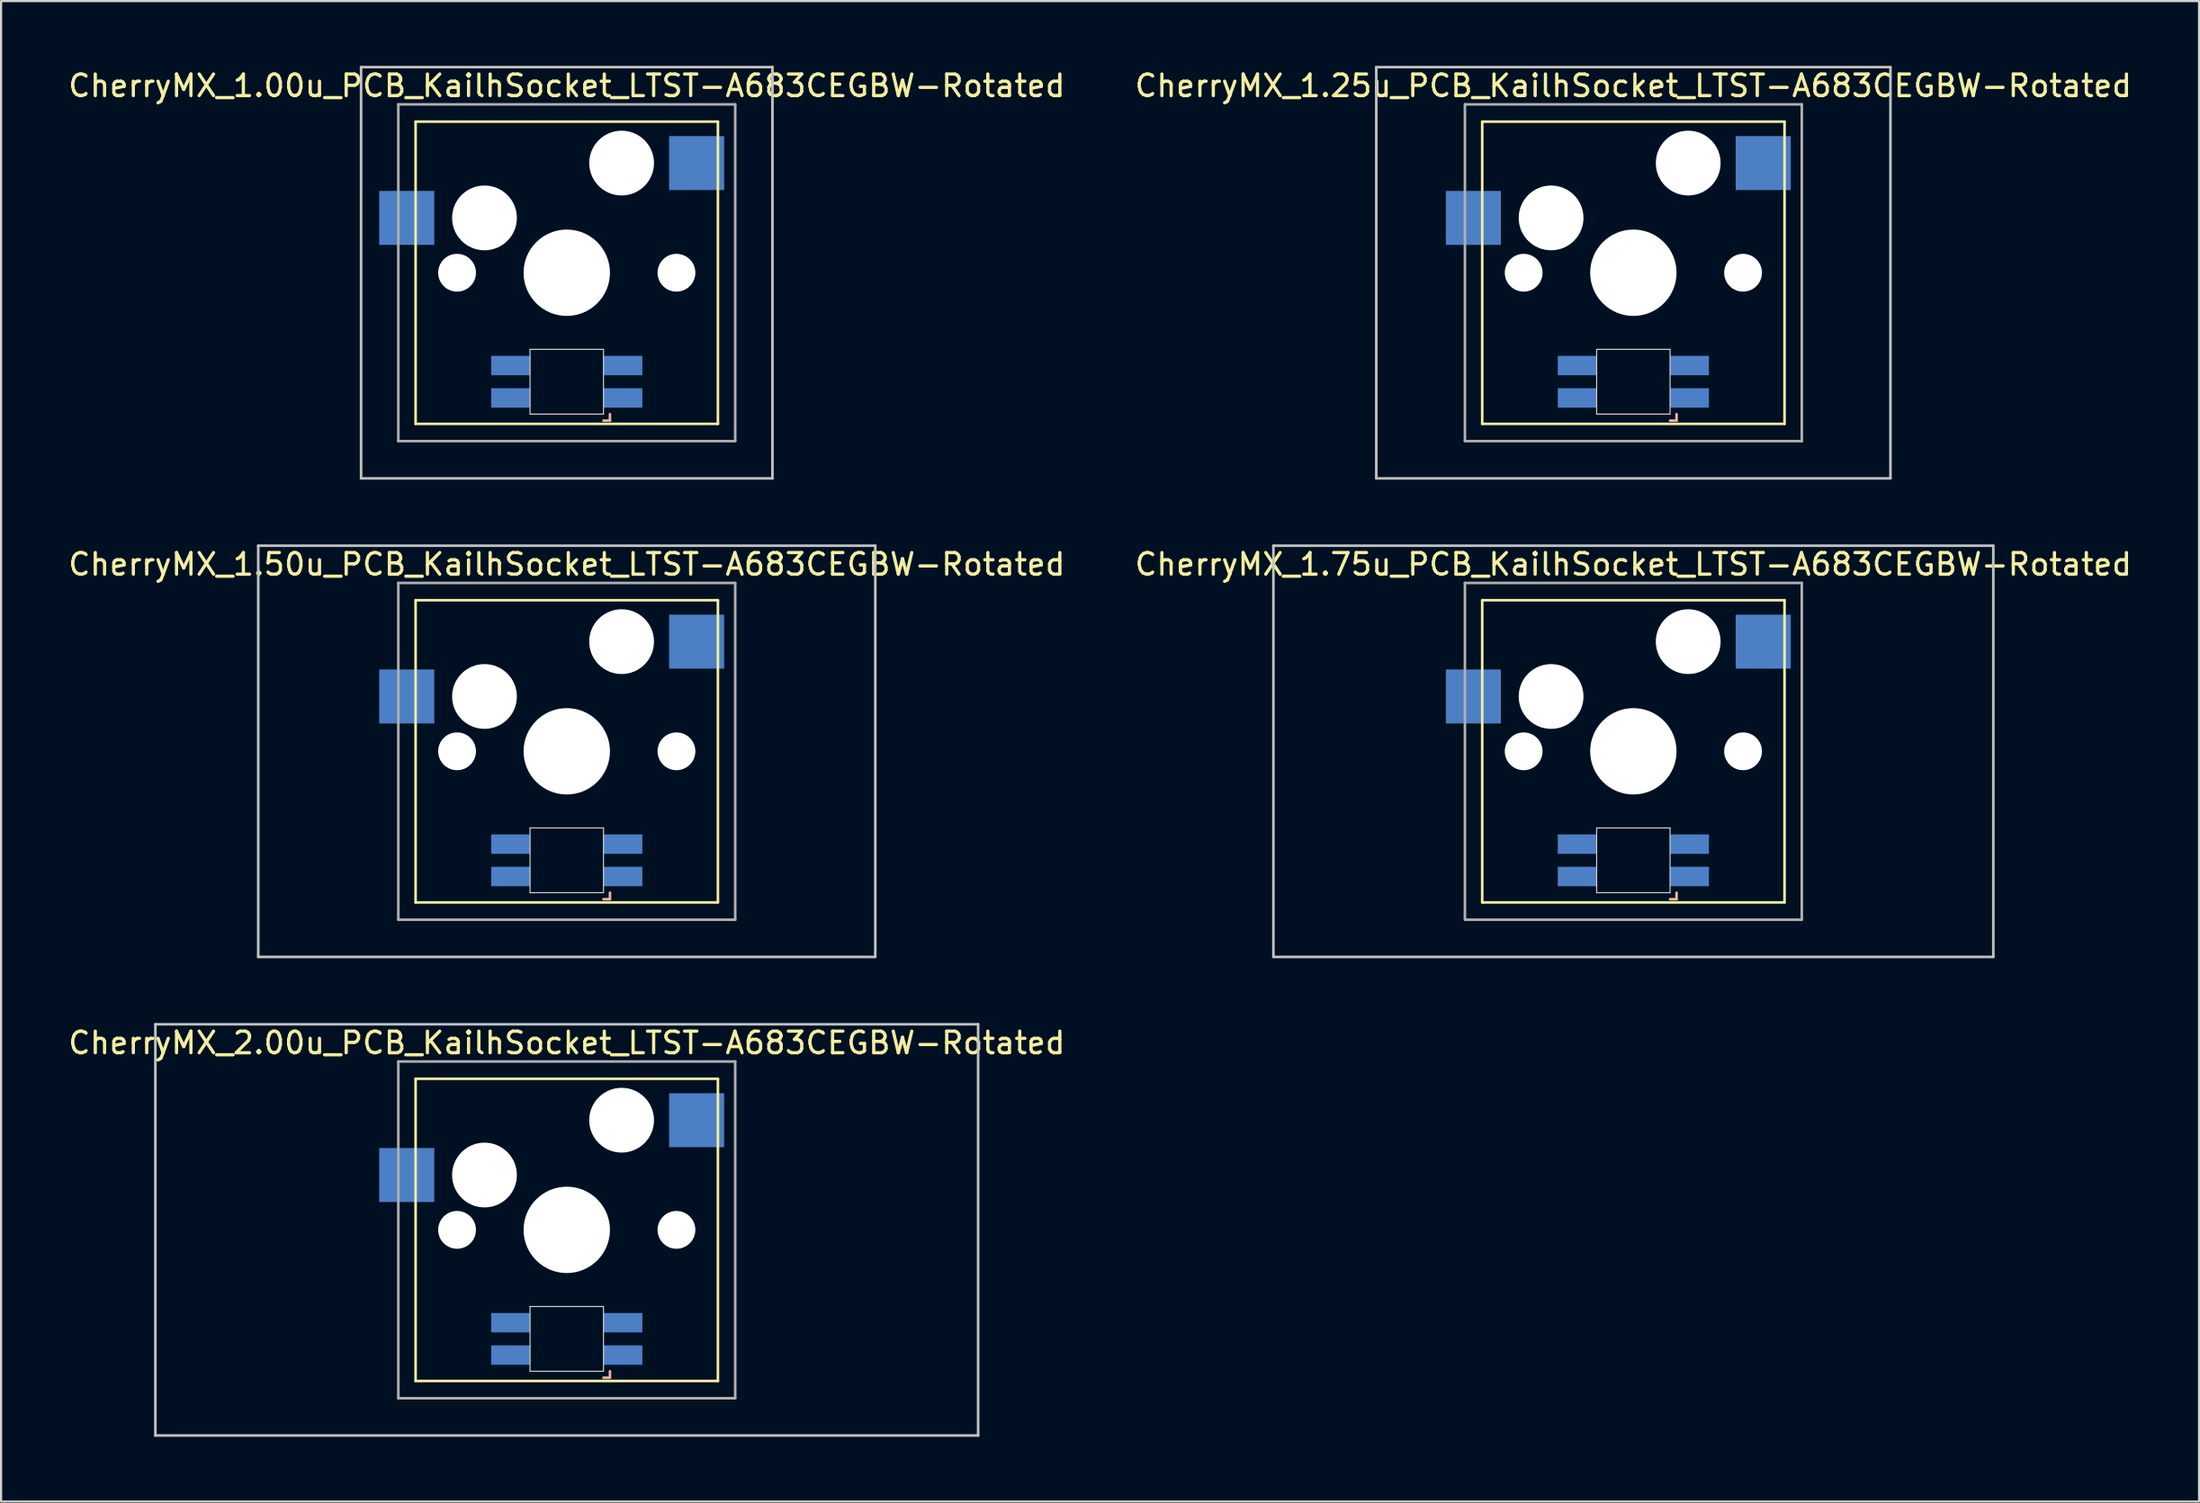
<source format=kicad_pcb>
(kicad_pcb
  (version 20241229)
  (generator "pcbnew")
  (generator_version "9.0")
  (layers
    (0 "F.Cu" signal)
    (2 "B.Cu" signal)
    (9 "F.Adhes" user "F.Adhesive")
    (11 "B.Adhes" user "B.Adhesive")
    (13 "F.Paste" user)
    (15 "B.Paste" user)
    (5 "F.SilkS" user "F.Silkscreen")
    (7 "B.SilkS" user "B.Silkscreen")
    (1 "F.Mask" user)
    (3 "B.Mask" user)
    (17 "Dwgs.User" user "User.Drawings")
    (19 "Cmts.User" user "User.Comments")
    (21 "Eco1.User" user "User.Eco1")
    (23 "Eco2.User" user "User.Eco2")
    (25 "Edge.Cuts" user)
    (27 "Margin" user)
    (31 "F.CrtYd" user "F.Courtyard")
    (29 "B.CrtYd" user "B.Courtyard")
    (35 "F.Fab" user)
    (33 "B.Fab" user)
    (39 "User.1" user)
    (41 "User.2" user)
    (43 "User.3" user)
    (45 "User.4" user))
  (footprint "CherryMX_1.25u_PCB_KailhSocket_LTST-A683CEGBW-Rotated"
    (layer "F.Cu")
    (at 72.589 9.585)
    (property "Reference" "CherryMX_1.25u_PCB_KailhSocket_LTST-A683CEGBW-Rotated" (at 0 -8.662 0) (layer "F.SilkS") (effects (font (size 1 1) (thickness 0.15))))
    (attr through_hole)
    (fp_line (start -7 -7) (end -7 7) (stroke (width 0.12) (type solid)) (layer "F.SilkS"))
    (fp_line (start -7 -7) (end 7 -7) (stroke (width 0.12) (type solid)) (layer "F.SilkS"))
    (fp_line (start 7 -7) (end 7 7) (stroke (width 0.12) (type solid)) (layer "F.SilkS"))
    (fp_line (start 7 7) (end -7 7) (stroke (width 0.12) (type solid)) (layer "F.SilkS"))
    (fp_line (start 1.7 6.85) (end 2 6.85) (stroke (width 0.12) (type solid)) (layer "B.SilkS"))
    (fp_line (start 2 6.85) (end 2 6.55) (stroke (width 0.12) (type solid)) (layer "B.SilkS"))
    (fp_line (start -11.906 -9.525) (end 11.906 -9.525) (stroke (width 0.12) (type solid)) (layer "Dwgs.User"))
    (fp_line (start -11.906 9.525) (end -11.906 -9.525) (stroke (width 0.12) (type solid)) (layer "Dwgs.User"))
    (fp_line (start 11.906 -9.525) (end 11.906 9.525) (stroke (width 0.12) (type solid)) (layer "Dwgs.User"))
    (fp_line (start 11.906 9.525) (end -11.906 9.525) (stroke (width 0.12) (type solid)) (layer "Dwgs.User"))
    (fp_line (start -1.7 3.55) (end 1.7 3.55) (stroke (width 0.05) (type solid)) (layer "Edge.Cuts"))
    (fp_line (start -1.7 6.55) (end -1.7 3.55) (stroke (width 0.05) (type solid)) (layer "Edge.Cuts"))
    (fp_line (start 1.7 3.55) (end 1.7 6.55) (stroke (width 0.05) (type solid)) (layer "Edge.Cuts"))
    (fp_line (start 1.7 6.55) (end -1.7 6.55) (stroke (width 0.05) (type solid)) (layer "Edge.Cuts"))
    (fp_line (start -7.8 -7.8) (end -7.8 7.8) (stroke (width 0.12) (type solid)) (layer "F.Fab"))
    (fp_line (start -7.8 -7.8) (end 7.8 -7.8) (stroke (width 0.12) (type solid)) (layer "F.Fab"))
    (fp_line (start -7.8 7.8) (end 7.8 7.8) (stroke (width 0.12) (type solid)) (layer "F.Fab"))
    (fp_line (start 7.8 -7.8) (end 7.8 7.8) (stroke (width 0.12) (type solid)) (layer "F.Fab"))
    (pad "" np_thru_hole circle (at -5.08 0) (size 1.75 1.75) (drill 1.75) (layers "*.Cu" "*.Mask"))
    (pad "" np_thru_hole circle (at -3.81 -2.54) (size 3 3) (drill 3) (layers "*.Cu" "*.Mask"))
    (pad "" np_thru_hole circle (at 0 0) (size 4 4) (drill 4) (layers "*.Cu" "*.Mask"))
    (pad "" np_thru_hole circle (at 2.54 -5.08) (size 3 3) (drill 3) (layers "*.Cu" "*.Mask"))
    (pad "" np_thru_hole circle (at 5.08 0) (size 1.75 1.75) (drill 1.75) (layers "*.Cu" "*.Mask"))
    (pad "1" smd rect (at -7.41 -2.54) (size 2.55 2.5) (layers "B.Cu" "B.Mask" "B.Paste"))
    (pad "2" smd rect (at 6.015 -5.08) (size 2.55 2.5) (layers "B.Cu" "B.Mask" "B.Paste"))
    (pad "3" smd rect (at 2.6 5.8) (size 1.8 0.9) (layers "B.Cu" "B.Mask" "B.Paste"))
    (pad "4" smd rect (at 2.6 4.3) (size 1.8 0.9) (layers "B.Cu" "B.Mask" "B.Paste"))
    (pad "5" smd rect (at -2.6 5.8) (size 1.8 0.9) (layers "B.Cu" "B.Mask" "B.Paste"))
    (pad "6" smd rect (at -2.6 4.3) (size 1.8 0.9) (layers "B.Cu" "B.Mask" "B.Paste")))
  (footprint "CherryMX_1.50u_PCB_KailhSocket_LTST-A683CEGBW-Rotated"
    (layer "F.Cu")
    (at 23.196 31.755)
    (property "Reference" "CherryMX_1.50u_PCB_KailhSocket_LTST-A683CEGBW-Rotated" (at 0 -8.662 0) (layer "F.SilkS") (effects (font (size 1 1) (thickness 0.15))))
    (attr through_hole)
    (fp_line (start -7 -7) (end -7 7) (stroke (width 0.12) (type solid)) (layer "F.SilkS"))
    (fp_line (start -7 -7) (end 7 -7) (stroke (width 0.12) (type solid)) (layer "F.SilkS"))
    (fp_line (start 7 -7) (end 7 7) (stroke (width 0.12) (type solid)) (layer "F.SilkS"))
    (fp_line (start 7 7) (end -7 7) (stroke (width 0.12) (type solid)) (layer "F.SilkS"))
    (fp_line (start 1.7 6.85) (end 2 6.85) (stroke (width 0.12) (type solid)) (layer "B.SilkS"))
    (fp_line (start 2 6.85) (end 2 6.55) (stroke (width 0.12) (type solid)) (layer "B.SilkS"))
    (fp_line (start -14.287 -9.525) (end 14.287 -9.525) (stroke (width 0.12) (type solid)) (layer "Dwgs.User"))
    (fp_line (start -14.287 9.525) (end -14.287 -9.525) (stroke (width 0.12) (type solid)) (layer "Dwgs.User"))
    (fp_line (start 14.287 -9.525) (end 14.287 9.525) (stroke (width 0.12) (type solid)) (layer "Dwgs.User"))
    (fp_line (start 14.287 9.525) (end -14.287 9.525) (stroke (width 0.12) (type solid)) (layer "Dwgs.User"))
    (fp_line (start -1.7 3.55) (end 1.7 3.55) (stroke (width 0.05) (type solid)) (layer "Edge.Cuts"))
    (fp_line (start -1.7 6.55) (end -1.7 3.55) (stroke (width 0.05) (type solid)) (layer "Edge.Cuts"))
    (fp_line (start 1.7 3.55) (end 1.7 6.55) (stroke (width 0.05) (type solid)) (layer "Edge.Cuts"))
    (fp_line (start 1.7 6.55) (end -1.7 6.55) (stroke (width 0.05) (type solid)) (layer "Edge.Cuts"))
    (fp_line (start -7.8 -7.8) (end -7.8 7.8) (stroke (width 0.12) (type solid)) (layer "F.Fab"))
    (fp_line (start -7.8 -7.8) (end 7.8 -7.8) (stroke (width 0.12) (type solid)) (layer "F.Fab"))
    (fp_line (start -7.8 7.8) (end 7.8 7.8) (stroke (width 0.12) (type solid)) (layer "F.Fab"))
    (fp_line (start 7.8 -7.8) (end 7.8 7.8) (stroke (width 0.12) (type solid)) (layer "F.Fab"))
    (pad "" np_thru_hole circle (at -5.08 0) (size 1.75 1.75) (drill 1.75) (layers "*.Cu" "*.Mask"))
    (pad "" np_thru_hole circle (at -3.81 -2.54) (size 3 3) (drill 3) (layers "*.Cu" "*.Mask"))
    (pad "" np_thru_hole circle (at 0 0) (size 4 4) (drill 4) (layers "*.Cu" "*.Mask"))
    (pad "" np_thru_hole circle (at 2.54 -5.08) (size 3 3) (drill 3) (layers "*.Cu" "*.Mask"))
    (pad "" np_thru_hole circle (at 5.08 0) (size 1.75 1.75) (drill 1.75) (layers "*.Cu" "*.Mask"))
    (pad "1" smd rect (at -7.41 -2.54) (size 2.55 2.5) (layers "B.Cu" "B.Mask" "B.Paste"))
    (pad "2" smd rect (at 6.015 -5.08) (size 2.55 2.5) (layers "B.Cu" "B.Mask" "B.Paste"))
    (pad "3" smd rect (at 2.6 5.8) (size 1.8 0.9) (layers "B.Cu" "B.Mask" "B.Paste"))
    (pad "4" smd rect (at 2.6 4.3) (size 1.8 0.9) (layers "B.Cu" "B.Mask" "B.Paste"))
    (pad "5" smd rect (at -2.6 5.8) (size 1.8 0.9) (layers "B.Cu" "B.Mask" "B.Paste"))
    (pad "6" smd rect (at -2.6 4.3) (size 1.8 0.9) (layers "B.Cu" "B.Mask" "B.Paste")))
  (footprint "CherryMX_2.00u_PCB_KailhSocket_LTST-A683CEGBW-Rotated"
    (layer "F.Cu")
    (at 23.196 53.925)
    (property "Reference" "CherryMX_2.00u_PCB_KailhSocket_LTST-A683CEGBW-Rotated" (at 0 -8.662 0) (layer "F.SilkS") (effects (font (size 1 1) (thickness 0.15))))
    (attr through_hole)
    (fp_line (start -7 -7) (end -7 7) (stroke (width 0.12) (type solid)) (layer "F.SilkS"))
    (fp_line (start -7 -7) (end 7 -7) (stroke (width 0.12) (type solid)) (layer "F.SilkS"))
    (fp_line (start 7 -7) (end 7 7) (stroke (width 0.12) (type solid)) (layer "F.SilkS"))
    (fp_line (start 7 7) (end -7 7) (stroke (width 0.12) (type solid)) (layer "F.SilkS"))
    (fp_line (start 1.7 6.85) (end 2 6.85) (stroke (width 0.12) (type solid)) (layer "B.SilkS"))
    (fp_line (start 2 6.85) (end 2 6.55) (stroke (width 0.12) (type solid)) (layer "B.SilkS"))
    (fp_line (start -19.05 -9.525) (end 19.05 -9.525) (stroke (width 0.12) (type solid)) (layer "Dwgs.User"))
    (fp_line (start -19.05 9.525) (end -19.05 -9.525) (stroke (width 0.12) (type solid)) (layer "Dwgs.User"))
    (fp_line (start 19.05 -9.525) (end 19.05 9.525) (stroke (width 0.12) (type solid)) (layer "Dwgs.User"))
    (fp_line (start 19.05 9.525) (end -19.05 9.525) (stroke (width 0.12) (type solid)) (layer "Dwgs.User"))
    (fp_line (start -1.7 3.55) (end 1.7 3.55) (stroke (width 0.05) (type solid)) (layer "Edge.Cuts"))
    (fp_line (start -1.7 6.55) (end -1.7 3.55) (stroke (width 0.05) (type solid)) (layer "Edge.Cuts"))
    (fp_line (start 1.7 3.55) (end 1.7 6.55) (stroke (width 0.05) (type solid)) (layer "Edge.Cuts"))
    (fp_line (start 1.7 6.55) (end -1.7 6.55) (stroke (width 0.05) (type solid)) (layer "Edge.Cuts"))
    (fp_line (start -7.8 -7.8) (end -7.8 7.8) (stroke (width 0.12) (type solid)) (layer "F.Fab"))
    (fp_line (start -7.8 -7.8) (end 7.8 -7.8) (stroke (width 0.12) (type solid)) (layer "F.Fab"))
    (fp_line (start -7.8 7.8) (end 7.8 7.8) (stroke (width 0.12) (type solid)) (layer "F.Fab"))
    (fp_line (start 7.8 -7.8) (end 7.8 7.8) (stroke (width 0.12) (type solid)) (layer "F.Fab"))
    (pad "" np_thru_hole circle (at -5.08 0) (size 1.75 1.75) (drill 1.75) (layers "*.Cu" "*.Mask"))
    (pad "" np_thru_hole circle (at -3.81 -2.54) (size 3 3) (drill 3) (layers "*.Cu" "*.Mask"))
    (pad "" np_thru_hole circle (at 0 0) (size 4 4) (drill 4) (layers "*.Cu" "*.Mask"))
    (pad "" np_thru_hole circle (at 2.54 -5.08) (size 3 3) (drill 3) (layers "*.Cu" "*.Mask"))
    (pad "" np_thru_hole circle (at 5.08 0) (size 1.75 1.75) (drill 1.75) (layers "*.Cu" "*.Mask"))
    (pad "1" smd rect (at -7.41 -2.54) (size 2.55 2.5) (layers "B.Cu" "B.Mask" "B.Paste"))
    (pad "2" smd rect (at 6.015 -5.08) (size 2.55 2.5) (layers "B.Cu" "B.Mask" "B.Paste"))
    (pad "3" smd rect (at 2.6 5.8) (size 1.8 0.9) (layers "B.Cu" "B.Mask" "B.Paste"))
    (pad "4" smd rect (at 2.6 4.3) (size 1.8 0.9) (layers "B.Cu" "B.Mask" "B.Paste"))
    (pad "5" smd rect (at -2.6 5.8) (size 1.8 0.9) (layers "B.Cu" "B.Mask" "B.Paste"))
    (pad "6" smd rect (at -2.6 4.3) (size 1.8 0.9) (layers "B.Cu" "B.Mask" "B.Paste")))
  (footprint "CherryMX_1.75u_PCB_KailhSocket_LTST-A683CEGBW-Rotated"
    (layer "F.Cu")
    (at 72.589 31.755)
    (property "Reference" "CherryMX_1.75u_PCB_KailhSocket_LTST-A683CEGBW-Rotated" (at 0 -8.662 0) (layer "F.SilkS") (effects (font (size 1 1) (thickness 0.15))))
    (attr through_hole)
    (fp_line (start -7 -7) (end -7 7) (stroke (width 0.12) (type solid)) (layer "F.SilkS"))
    (fp_line (start -7 -7) (end 7 -7) (stroke (width 0.12) (type solid)) (layer "F.SilkS"))
    (fp_line (start 7 -7) (end 7 7) (stroke (width 0.12) (type solid)) (layer "F.SilkS"))
    (fp_line (start 7 7) (end -7 7) (stroke (width 0.12) (type solid)) (layer "F.SilkS"))
    (fp_line (start 1.7 6.85) (end 2 6.85) (stroke (width 0.12) (type solid)) (layer "B.SilkS"))
    (fp_line (start 2 6.85) (end 2 6.55) (stroke (width 0.12) (type solid)) (layer "B.SilkS"))
    (fp_line (start -16.669 -9.525) (end 16.669 -9.525) (stroke (width 0.12) (type solid)) (layer "Dwgs.User"))
    (fp_line (start -16.669 9.525) (end -16.669 -9.525) (stroke (width 0.12) (type solid)) (layer "Dwgs.User"))
    (fp_line (start 16.669 -9.525) (end 16.669 9.525) (stroke (width 0.12) (type solid)) (layer "Dwgs.User"))
    (fp_line (start 16.669 9.525) (end -16.669 9.525) (stroke (width 0.12) (type solid)) (layer "Dwgs.User"))
    (fp_line (start -1.7 3.55) (end 1.7 3.55) (stroke (width 0.05) (type solid)) (layer "Edge.Cuts"))
    (fp_line (start -1.7 6.55) (end -1.7 3.55) (stroke (width 0.05) (type solid)) (layer "Edge.Cuts"))
    (fp_line (start 1.7 3.55) (end 1.7 6.55) (stroke (width 0.05) (type solid)) (layer "Edge.Cuts"))
    (fp_line (start 1.7 6.55) (end -1.7 6.55) (stroke (width 0.05) (type solid)) (layer "Edge.Cuts"))
    (fp_line (start -7.8 -7.8) (end -7.8 7.8) (stroke (width 0.12) (type solid)) (layer "F.Fab"))
    (fp_line (start -7.8 -7.8) (end 7.8 -7.8) (stroke (width 0.12) (type solid)) (layer "F.Fab"))
    (fp_line (start -7.8 7.8) (end 7.8 7.8) (stroke (width 0.12) (type solid)) (layer "F.Fab"))
    (fp_line (start 7.8 -7.8) (end 7.8 7.8) (stroke (width 0.12) (type solid)) (layer "F.Fab"))
    (pad "" np_thru_hole circle (at -5.08 0) (size 1.75 1.75) (drill 1.75) (layers "*.Cu" "*.Mask"))
    (pad "" np_thru_hole circle (at -3.81 -2.54) (size 3 3) (drill 3) (layers "*.Cu" "*.Mask"))
    (pad "" np_thru_hole circle (at 0 0) (size 4 4) (drill 4) (layers "*.Cu" "*.Mask"))
    (pad "" np_thru_hole circle (at 2.54 -5.08) (size 3 3) (drill 3) (layers "*.Cu" "*.Mask"))
    (pad "" np_thru_hole circle (at 5.08 0) (size 1.75 1.75) (drill 1.75) (layers "*.Cu" "*.Mask"))
    (pad "1" smd rect (at -7.41 -2.54) (size 2.55 2.5) (layers "B.Cu" "B.Mask" "B.Paste"))
    (pad "2" smd rect (at 6.015 -5.08) (size 2.55 2.5) (layers "B.Cu" "B.Mask" "B.Paste"))
    (pad "3" smd rect (at 2.6 5.8) (size 1.8 0.9) (layers "B.Cu" "B.Mask" "B.Paste"))
    (pad "4" smd rect (at 2.6 4.3) (size 1.8 0.9) (layers "B.Cu" "B.Mask" "B.Paste"))
    (pad "5" smd rect (at -2.6 5.8) (size 1.8 0.9) (layers "B.Cu" "B.Mask" "B.Paste"))
    (pad "6" smd rect (at -2.6 4.3) (size 1.8 0.9) (layers "B.Cu" "B.Mask" "B.Paste")))
  (footprint "CherryMX_1.00u_PCB_KailhSocket_LTST-A683CEGBW-Rotated"
    (layer "F.Cu")
    (at 23.196 9.585)
    (property "Reference" "CherryMX_1.00u_PCB_KailhSocket_LTST-A683CEGBW-Rotated" (at 0 -8.662 0) (layer "F.SilkS") (effects (font (size 1 1) (thickness 0.15))))
    (attr through_hole)
    (fp_line (start -7 -7) (end -7 7) (stroke (width 0.12) (type solid)) (layer "F.SilkS"))
    (fp_line (start -7 -7) (end 7 -7) (stroke (width 0.12) (type solid)) (layer "F.SilkS"))
    (fp_line (start 7 -7) (end 7 7) (stroke (width 0.12) (type solid)) (layer "F.SilkS"))
    (fp_line (start 7 7) (end -7 7) (stroke (width 0.12) (type solid)) (layer "F.SilkS"))
    (fp_line (start 1.7 6.85) (end 2 6.85) (stroke (width 0.12) (type solid)) (layer "B.SilkS"))
    (fp_line (start 2 6.85) (end 2 6.55) (stroke (width 0.12) (type solid)) (layer "B.SilkS"))
    (fp_line (start -9.525 -9.525) (end 9.525 -9.525) (stroke (width 0.12) (type solid)) (layer "Dwgs.User"))
    (fp_line (start -9.525 9.525) (end -9.525 -9.525) (stroke (width 0.12) (type solid)) (layer "Dwgs.User"))
    (fp_line (start 9.525 -9.525) (end 9.525 9.525) (stroke (width 0.12) (type solid)) (layer "Dwgs.User"))
    (fp_line (start 9.525 9.525) (end -9.525 9.525) (stroke (width 0.12) (type solid)) (layer "Dwgs.User"))
    (fp_line (start -1.7 3.55) (end 1.7 3.55) (stroke (width 0.05) (type solid)) (layer "Edge.Cuts"))
    (fp_line (start -1.7 6.55) (end -1.7 3.55) (stroke (width 0.05) (type solid)) (layer "Edge.Cuts"))
    (fp_line (start 1.7 3.55) (end 1.7 6.55) (stroke (width 0.05) (type solid)) (layer "Edge.Cuts"))
    (fp_line (start 1.7 6.55) (end -1.7 6.55) (stroke (width 0.05) (type solid)) (layer "Edge.Cuts"))
    (fp_line (start -7.8 -7.8) (end -7.8 7.8) (stroke (width 0.12) (type solid)) (layer "F.Fab"))
    (fp_line (start -7.8 -7.8) (end 7.8 -7.8) (stroke (width 0.12) (type solid)) (layer "F.Fab"))
    (fp_line (start -7.8 7.8) (end 7.8 7.8) (stroke (width 0.12) (type solid)) (layer "F.Fab"))
    (fp_line (start 7.8 -7.8) (end 7.8 7.8) (stroke (width 0.12) (type solid)) (layer "F.Fab"))
    (pad "" np_thru_hole circle (at -5.08 0) (size 1.75 1.75) (drill 1.75) (layers "*.Cu" "*.Mask"))
    (pad "" np_thru_hole circle (at -3.81 -2.54) (size 3 3) (drill 3) (layers "*.Cu" "*.Mask"))
    (pad "" np_thru_hole circle (at 0 0) (size 4 4) (drill 4) (layers "*.Cu" "*.Mask"))
    (pad "" np_thru_hole circle (at 2.54 -5.08) (size 3 3) (drill 3) (layers "*.Cu" "*.Mask"))
    (pad "" np_thru_hole circle (at 5.08 0) (size 1.75 1.75) (drill 1.75) (layers "*.Cu" "*.Mask"))
    (pad "1" smd rect (at -7.41 -2.54) (size 2.55 2.5) (layers "B.Cu" "B.Mask" "B.Paste"))
    (pad "2" smd rect (at 6.015 -5.08) (size 2.55 2.5) (layers "B.Cu" "B.Mask" "B.Paste"))
    (pad "3" smd rect (at 2.6 5.8) (size 1.8 0.9) (layers "B.Cu" "B.Mask" "B.Paste"))
    (pad "4" smd rect (at 2.6 4.3) (size 1.8 0.9) (layers "B.Cu" "B.Mask" "B.Paste"))
    (pad "5" smd rect (at -2.6 5.8) (size 1.8 0.9) (layers "B.Cu" "B.Mask" "B.Paste"))
    (pad "6" smd rect (at -2.6 4.3) (size 1.8 0.9) (layers "B.Cu" "B.Mask" "B.Paste")))
  (gr_rect
    (start -3 -3)
    (end 98.786 66.51)
    (stroke (width 0.1) (type default))
    (fill no)
    (layer "Edge.Cuts")))
</source>
